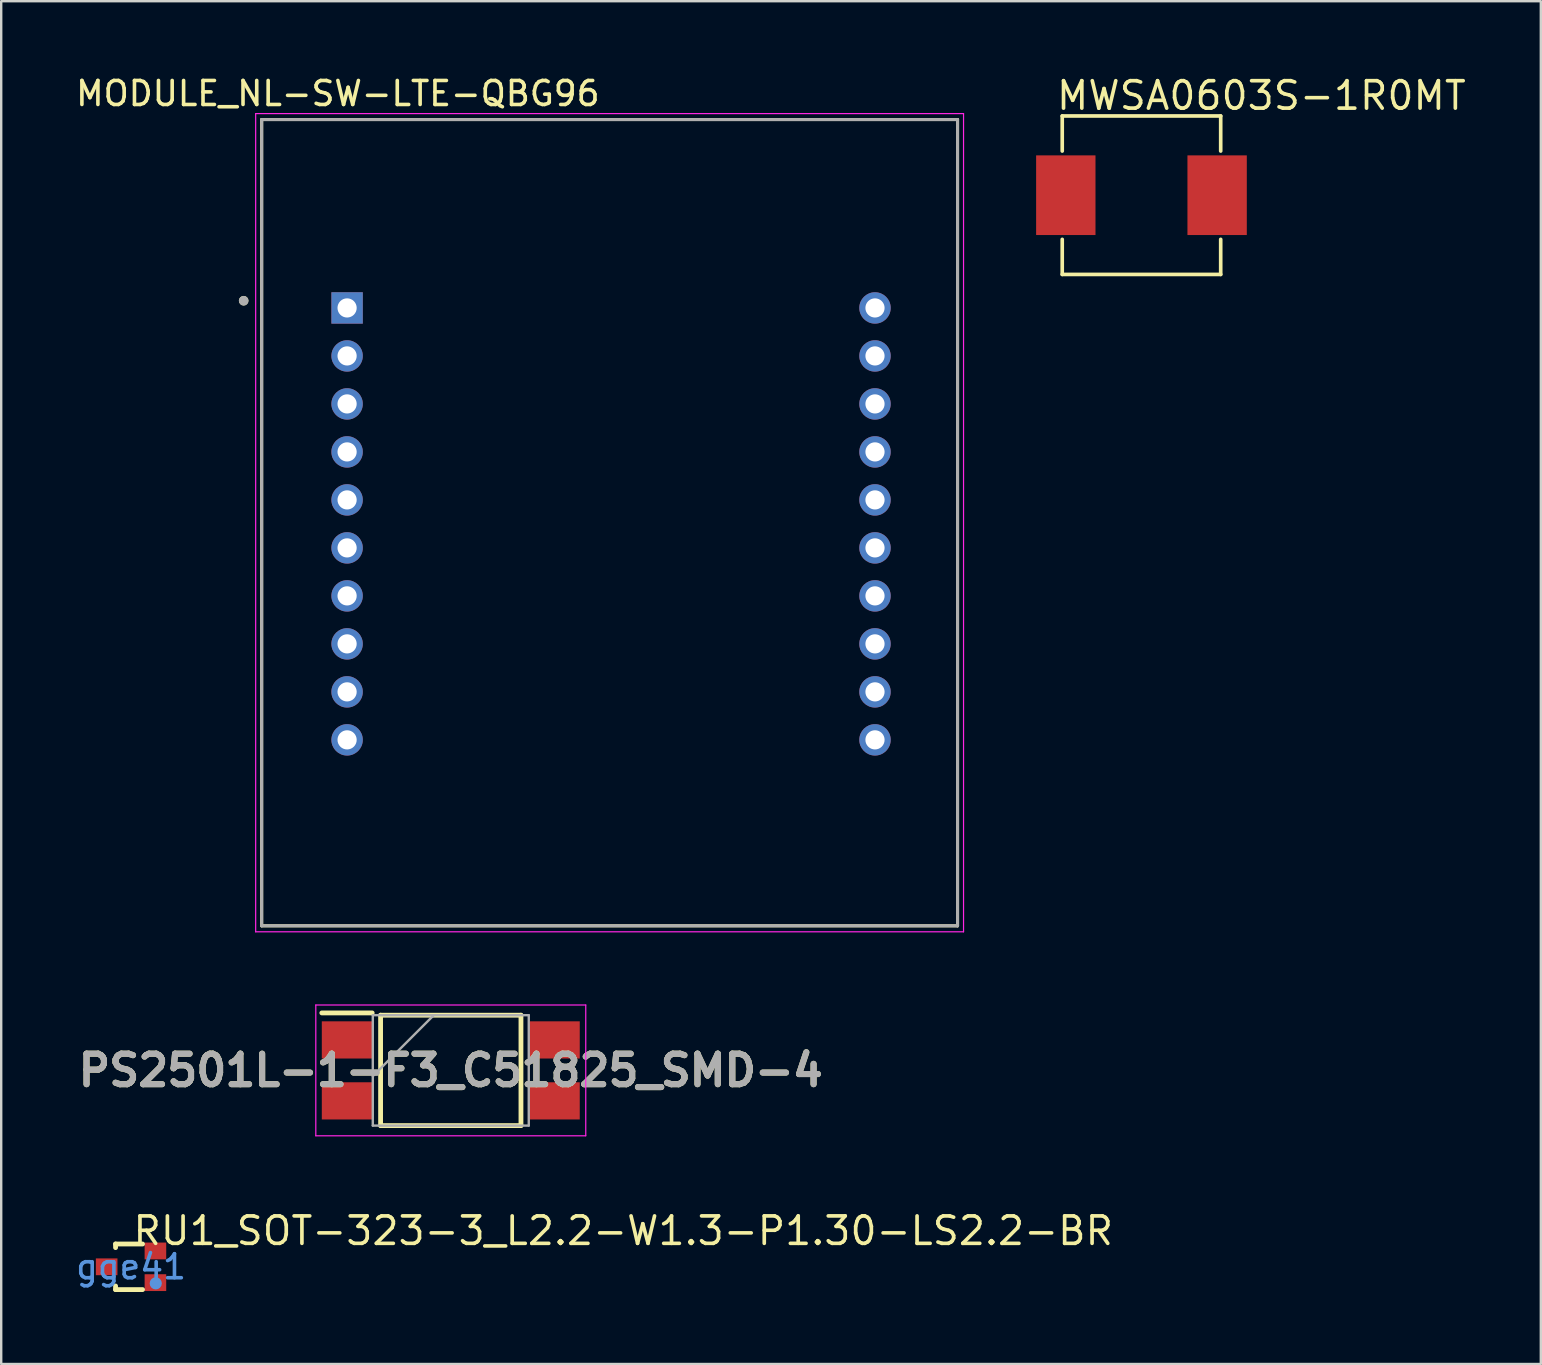
<source format=kicad_pcb>
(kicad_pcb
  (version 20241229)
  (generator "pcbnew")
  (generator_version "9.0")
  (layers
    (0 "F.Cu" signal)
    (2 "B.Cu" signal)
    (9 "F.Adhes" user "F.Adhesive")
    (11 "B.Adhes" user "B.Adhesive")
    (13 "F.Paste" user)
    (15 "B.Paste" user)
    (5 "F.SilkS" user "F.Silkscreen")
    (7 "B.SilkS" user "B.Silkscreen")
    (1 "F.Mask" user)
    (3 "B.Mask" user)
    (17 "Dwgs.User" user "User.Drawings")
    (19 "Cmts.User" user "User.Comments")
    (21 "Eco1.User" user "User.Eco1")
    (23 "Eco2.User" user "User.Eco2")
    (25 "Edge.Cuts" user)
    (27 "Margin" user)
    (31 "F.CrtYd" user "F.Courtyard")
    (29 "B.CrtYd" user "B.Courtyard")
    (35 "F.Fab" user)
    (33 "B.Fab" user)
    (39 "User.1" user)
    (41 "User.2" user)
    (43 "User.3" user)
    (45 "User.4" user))
  (footprint "PS2501L-1-F3_C51825_SMD-4"
    (layer "F.Cu")
    (at 15.736 41.558)
    (property "Reference" "PS2501L-1-F3_C51825_SMD-4" (at 0 0 0) (layer "F.SilkS") (effects (font (size 1.27 1.27) (thickness 0.254))))
    (attr smd)
    (fp_line (start -5.375 -2.395) (end -3.275 -2.395) (stroke (width 0.2) (type solid)) (layer "F.SilkS"))
    (fp_line (start -2.925 -2.3) (end 2.925 -2.3) (stroke (width 0.2) (type solid)) (layer "F.SilkS"))
    (fp_line (start -2.925 2.3) (end -2.925 -2.3) (stroke (width 0.2) (type solid)) (layer "F.SilkS"))
    (fp_line (start 2.925 -2.3) (end 2.925 2.3) (stroke (width 0.2) (type solid)) (layer "F.SilkS"))
    (fp_line (start 2.925 2.3) (end -2.925 2.3) (stroke (width 0.2) (type solid)) (layer "F.SilkS"))
    (fp_line (start -5.625 -2.725) (end 5.625 -2.725) (stroke (width 0.05) (type solid)) (layer "F.CrtYd"))
    (fp_line (start -5.625 2.725) (end -5.625 -2.725) (stroke (width 0.05) (type solid)) (layer "F.CrtYd"))
    (fp_line (start 5.625 -2.725) (end 5.625 2.725) (stroke (width 0.05) (type solid)) (layer "F.CrtYd"))
    (fp_line (start 5.625 2.725) (end -5.625 2.725) (stroke (width 0.05) (type solid)) (layer "F.CrtYd"))
    (fp_line (start -3.25 -2.3) (end 3.25 -2.3) (stroke (width 0.1) (type solid)) (layer "F.Fab"))
    (fp_line (start -3.25 0.24) (end -0.71 -2.3) (stroke (width 0.1) (type solid)) (layer "F.Fab"))
    (fp_line (start -3.25 2.3) (end -3.25 -2.3) (stroke (width 0.1) (type solid)) (layer "F.Fab"))
    (fp_line (start 3.25 -2.3) (end 3.25 2.3) (stroke (width 0.1) (type solid)) (layer "F.Fab"))
    (fp_line (start 3.25 2.3) (end -3.25 2.3) (stroke (width 0.1) (type solid)) (layer "F.Fab"))
    (fp_text user "${REFERENCE}" (at 0 0 0) (layer "F.Fab") (effects (font (size 1.27 1.27) (thickness 0.254))))
    (pad "1" smd rect (at -4.325 -1.27 90) (size 1.55 2.1) (layers "F.Cu" "F.Mask" "F.Paste"))
    (pad "2" smd rect (at -4.325 1.27 90) (size 1.55 2.1) (layers "F.Cu" "F.Mask" "F.Paste"))
    (pad "3" smd rect (at 4.325 1.27 90) (size 1.55 2.1) (layers "F.Cu" "F.Mask" "F.Paste"))
    (pad "4" smd rect (at 4.325 -1.27 90) (size 1.55 2.1) (layers "F.Cu" "F.Mask" "F.Paste")))
  (footprint "MODULE_NL-SW-LTE-QBG96"
    (layer "F.Cu")
    (at 22.355 18.733)
    (property "Reference" "MODULE_NL-SW-LTE-QBG96" (at -11.325 -17.885 0) (layer "F.SilkS") (effects (font (size 1 1) (thickness 0.15))))
    (attr through_hole)
    (fp_line (start -14.5 -16.8) (end -14.5 16.8) (stroke (width 0.127) (type solid)) (layer "F.SilkS"))
    (fp_line (start -14.5 16.8) (end 14.5 16.8) (stroke (width 0.127) (type solid)) (layer "F.SilkS"))
    (fp_line (start 14.5 -16.8) (end -14.5 -16.8) (stroke (width 0.127) (type solid)) (layer "F.SilkS"))
    (fp_line (start 14.5 16.8) (end 14.5 -16.8) (stroke (width 0.127) (type solid)) (layer "F.SilkS"))
    (fp_circle (center -15.25 -9.25) (end -15.15 -9.25) (stroke (width 0.2) (type solid)) (fill no) (layer "F.SilkS"))
    (fp_line (start -14.75 -17.05) (end 14.75 -17.05) (stroke (width 0.05) (type solid)) (layer "F.CrtYd"))
    (fp_line (start -14.75 17.05) (end -14.75 -17.05) (stroke (width 0.05) (type solid)) (layer "F.CrtYd"))
    (fp_line (start 14.75 -17.05) (end 14.75 17.05) (stroke (width 0.05) (type solid)) (layer "F.CrtYd"))
    (fp_line (start 14.75 17.05) (end -14.75 17.05) (stroke (width 0.05) (type solid)) (layer "F.CrtYd"))
    (fp_line (start -14.5 -16.8) (end 14.5 -16.8) (stroke (width 0.127) (type solid)) (layer "F.Fab"))
    (fp_line (start -14.5 16.8) (end -14.5 -16.8) (stroke (width 0.127) (type solid)) (layer "F.Fab"))
    (fp_line (start 14.5 -16.8) (end 14.5 16.8) (stroke (width 0.127) (type solid)) (layer "F.Fab"))
    (fp_line (start 14.5 16.8) (end -14.5 16.8) (stroke (width 0.127) (type solid)) (layer "F.Fab"))
    (fp_circle (center -15.25 -9.25) (end -15.15 -9.25) (stroke (width 0.2) (type solid)) (fill no) (layer "F.Fab"))
    (pad "1" thru_hole rect (at -10.94 -8.95) (size 1.308 1.308) (drill 0.8) (layers "*.Cu" "*.Mask"))
    (pad "2" thru_hole circle (at -10.94 -6.95) (size 1.308 1.308) (drill 0.8) (layers "*.Cu" "*.Mask"))
    (pad "3" thru_hole circle (at -10.94 -4.95) (size 1.308 1.308) (drill 0.8) (layers "*.Cu" "*.Mask"))
    (pad "4" thru_hole circle (at -10.94 -2.95) (size 1.308 1.308) (drill 0.8) (layers "*.Cu" "*.Mask"))
    (pad "5" thru_hole circle (at -10.94 -0.95) (size 1.308 1.308) (drill 0.8) (layers "*.Cu" "*.Mask"))
    (pad "6" thru_hole circle (at -10.94 1.05) (size 1.308 1.308) (drill 0.8) (layers "*.Cu" "*.Mask"))
    (pad "7" thru_hole circle (at -10.94 3.05) (size 1.308 1.308) (drill 0.8) (layers "*.Cu" "*.Mask"))
    (pad "8" thru_hole circle (at -10.94 5.05) (size 1.308 1.308) (drill 0.8) (layers "*.Cu" "*.Mask"))
    (pad "9" thru_hole circle (at -10.94 7.05) (size 1.308 1.308) (drill 0.8) (layers "*.Cu" "*.Mask"))
    (pad "10" thru_hole circle (at -10.94 9.05) (size 1.308 1.308) (drill 0.8) (layers "*.Cu" "*.Mask"))
    (pad "11" thru_hole circle (at 11.06 9.05) (size 1.308 1.308) (drill 0.8) (layers "*.Cu" "*.Mask"))
    (pad "12" thru_hole circle (at 11.06 7.05) (size 1.308 1.308) (drill 0.8) (layers "*.Cu" "*.Mask"))
    (pad "13" thru_hole circle (at 11.06 5.05) (size 1.308 1.308) (drill 0.8) (layers "*.Cu" "*.Mask"))
    (pad "14" thru_hole circle (at 11.06 3.05) (size 1.308 1.308) (drill 0.8) (layers "*.Cu" "*.Mask"))
    (pad "15" thru_hole circle (at 11.06 1.05) (size 1.308 1.308) (drill 0.8) (layers "*.Cu" "*.Mask"))
    (pad "16" thru_hole circle (at 11.06 -0.95) (size 1.308 1.308) (drill 0.8) (layers "*.Cu" "*.Mask"))
    (pad "17" thru_hole circle (at 11.06 -2.95) (size 1.308 1.308) (drill 0.8) (layers "*.Cu" "*.Mask"))
    (pad "18" thru_hole circle (at 11.06 -4.95) (size 1.308 1.308) (drill 0.8) (layers "*.Cu" "*.Mask"))
    (pad "19" thru_hole circle (at 11.06 -6.95) (size 1.308 1.308) (drill 0.8) (layers "*.Cu" "*.Mask"))
    (pad "20" thru_hole circle (at 11.06 -8.95) (size 1.308 1.308) (drill 0.8) (layers "*.Cu" "*.Mask")))
  (footprint "RU1_SOT-323-3_L2.2-W1.3-P1.30-LS2.2-BR"
    (layer "F.Cu")
    (at 2.411 49.743)
    (property "Reference" "RU1_SOT-323-3_L2.2-W1.3-P1.30-LS2.2-BR" (at 0 -1.499 0) (layer "F.SilkS") (effects (font (size 1.143 1.143) (thickness 0.152)) (justify left)))
    (attr smd)
    (fp_line (start -0.645 -0.95) (end 0.48 -0.95) (stroke (width 0.201) (type solid)) (layer "F.SilkS"))
    (fp_line (start -0.645 -0.8) (end -0.645 -0.95) (stroke (width 0.201) (type solid)) (layer "F.SilkS"))
    (fp_line (start -0.645 0.95) (end -0.645 0.8) (stroke (width 0.201) (type solid)) (layer "F.SilkS"))
    (fp_line (start 0.48 0.95) (end -0.645 0.95) (stroke (width 0.201) (type solid)) (layer "F.SilkS"))
    (fp_circle (center 1.03 0.69) (end 1.157 0.69) (stroke (width 0.254) (type solid)) (fill no) (layer "Cmts.User"))
    (fp_text user "gge41" (at 0 0 0) (layer "Cmts.User") (effects (font (size 1 1) (thickness 0.15))))
    (pad "1" smd rect (at 1.016 0.66 90) (size 0.7 0.9) (layers "F.Cu" "F.Mask" "F.Paste"))
    (pad "2" smd rect (at 1.016 -0.66 90) (size 0.7 0.9) (layers "F.Cu" "F.Mask" "F.Paste"))
    (pad "3" smd rect (at -1.016 0 90) (size 0.7 0.9) (layers "F.Cu" "F.Mask" "F.Paste")))
  (footprint "MWSA0603S-1R0MT"
    (layer "F.Cu")
    (at 44.52 5.085)
    (property "Reference" "MWSA0603S-1R0MT" (at -3.62 -4.15 0) (layer "F.SilkS") (effects (font (size 1.143 1.143) (thickness 0.152)) (justify left)))
    (attr smd)
    (fp_line (start -3.302 -3.302) (end -3.302 -1.84) (stroke (width 0.152) (type solid)) (layer "F.SilkS"))
    (fp_line (start -3.302 1.84) (end -3.302 3.302) (stroke (width 0.152) (type solid)) (layer "F.SilkS"))
    (fp_line (start -3.302 3.302) (end 3.302 3.302) (stroke (width 0.152) (type solid)) (layer "F.SilkS"))
    (fp_line (start 3.302 -3.302) (end -3.302 -3.302) (stroke (width 0.152) (type solid)) (layer "F.SilkS"))
    (fp_line (start 3.302 -1.84) (end 3.302 -3.302) (stroke (width 0.152) (type solid)) (layer "F.SilkS"))
    (fp_line (start 3.302 3.302) (end 3.302 1.84) (stroke (width 0.152) (type solid)) (layer "F.SilkS"))
    (pad "1" smd rect (at 3.153 0) (size 2.474 3.32) (layers "F.Cu" "F.Mask" "F.Paste"))
    (pad "2" smd rect (at -3.153 0) (size 2.474 3.32) (layers "F.Cu" "F.Mask" "F.Paste")))
  (gr_rect
    (start -3 -3)
    (end 61.163 53.793)
    (stroke (width 0.1) (type default))
    (fill no)
    (layer "Edge.Cuts")))
</source>
